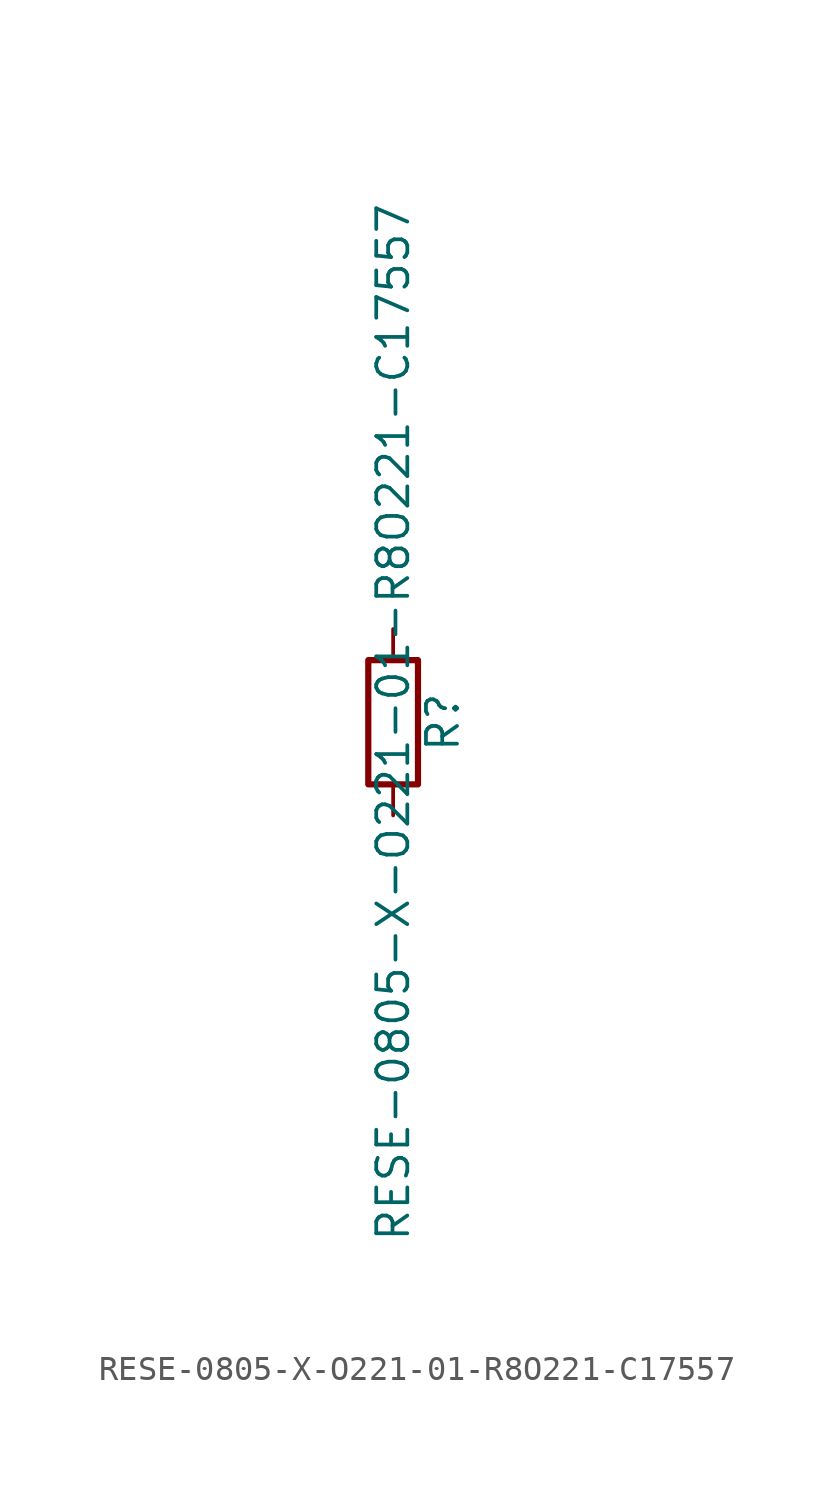
<source format=kicad_sym>
(kicad_symbol_lib
  (version 20211014)
  (generator kicad_symbol_editor)
  (symbol "RESE-0805-X-O221-01-R8O221-C17557"
    (pin_numbers hide)
    (pin_names
      (offset 0))
    (property "Reference" "R"
      (at 2.032 0 90)
      (effects (font (size 1.27 1.27))))
    (property "Value" "RESE-0805-X-O221-01-R8O221-C17557"
      (at 0 0 90)
      (effects (font (size 1.27 1.27))))
    (symbol "RESE-0805-X-O221-01-R8O221-C17557_0_1"
      (rectangle (start -1.016 -2.54) (end 1.016 2.54) (stroke (width 0.254) (type default) (color 0 0 0 0)) (fill (type none))))
    (symbol "RESE-0805-X-O221-01-R8O221-C17557_1_1"
      (pin passive line (at 0 3.81 270) (length 1.27) (name "~" (effects (font (size 1.27 1.27)))) (number "1" (effects (font (size 1.27 1.27)))))
      (pin passive line (at 0 -3.81 90) (length 1.27) (name "~" (effects (font (size 1.27 1.27)))) (number "2" (effects (font (size 1.27 1.27))))))))
</source>
